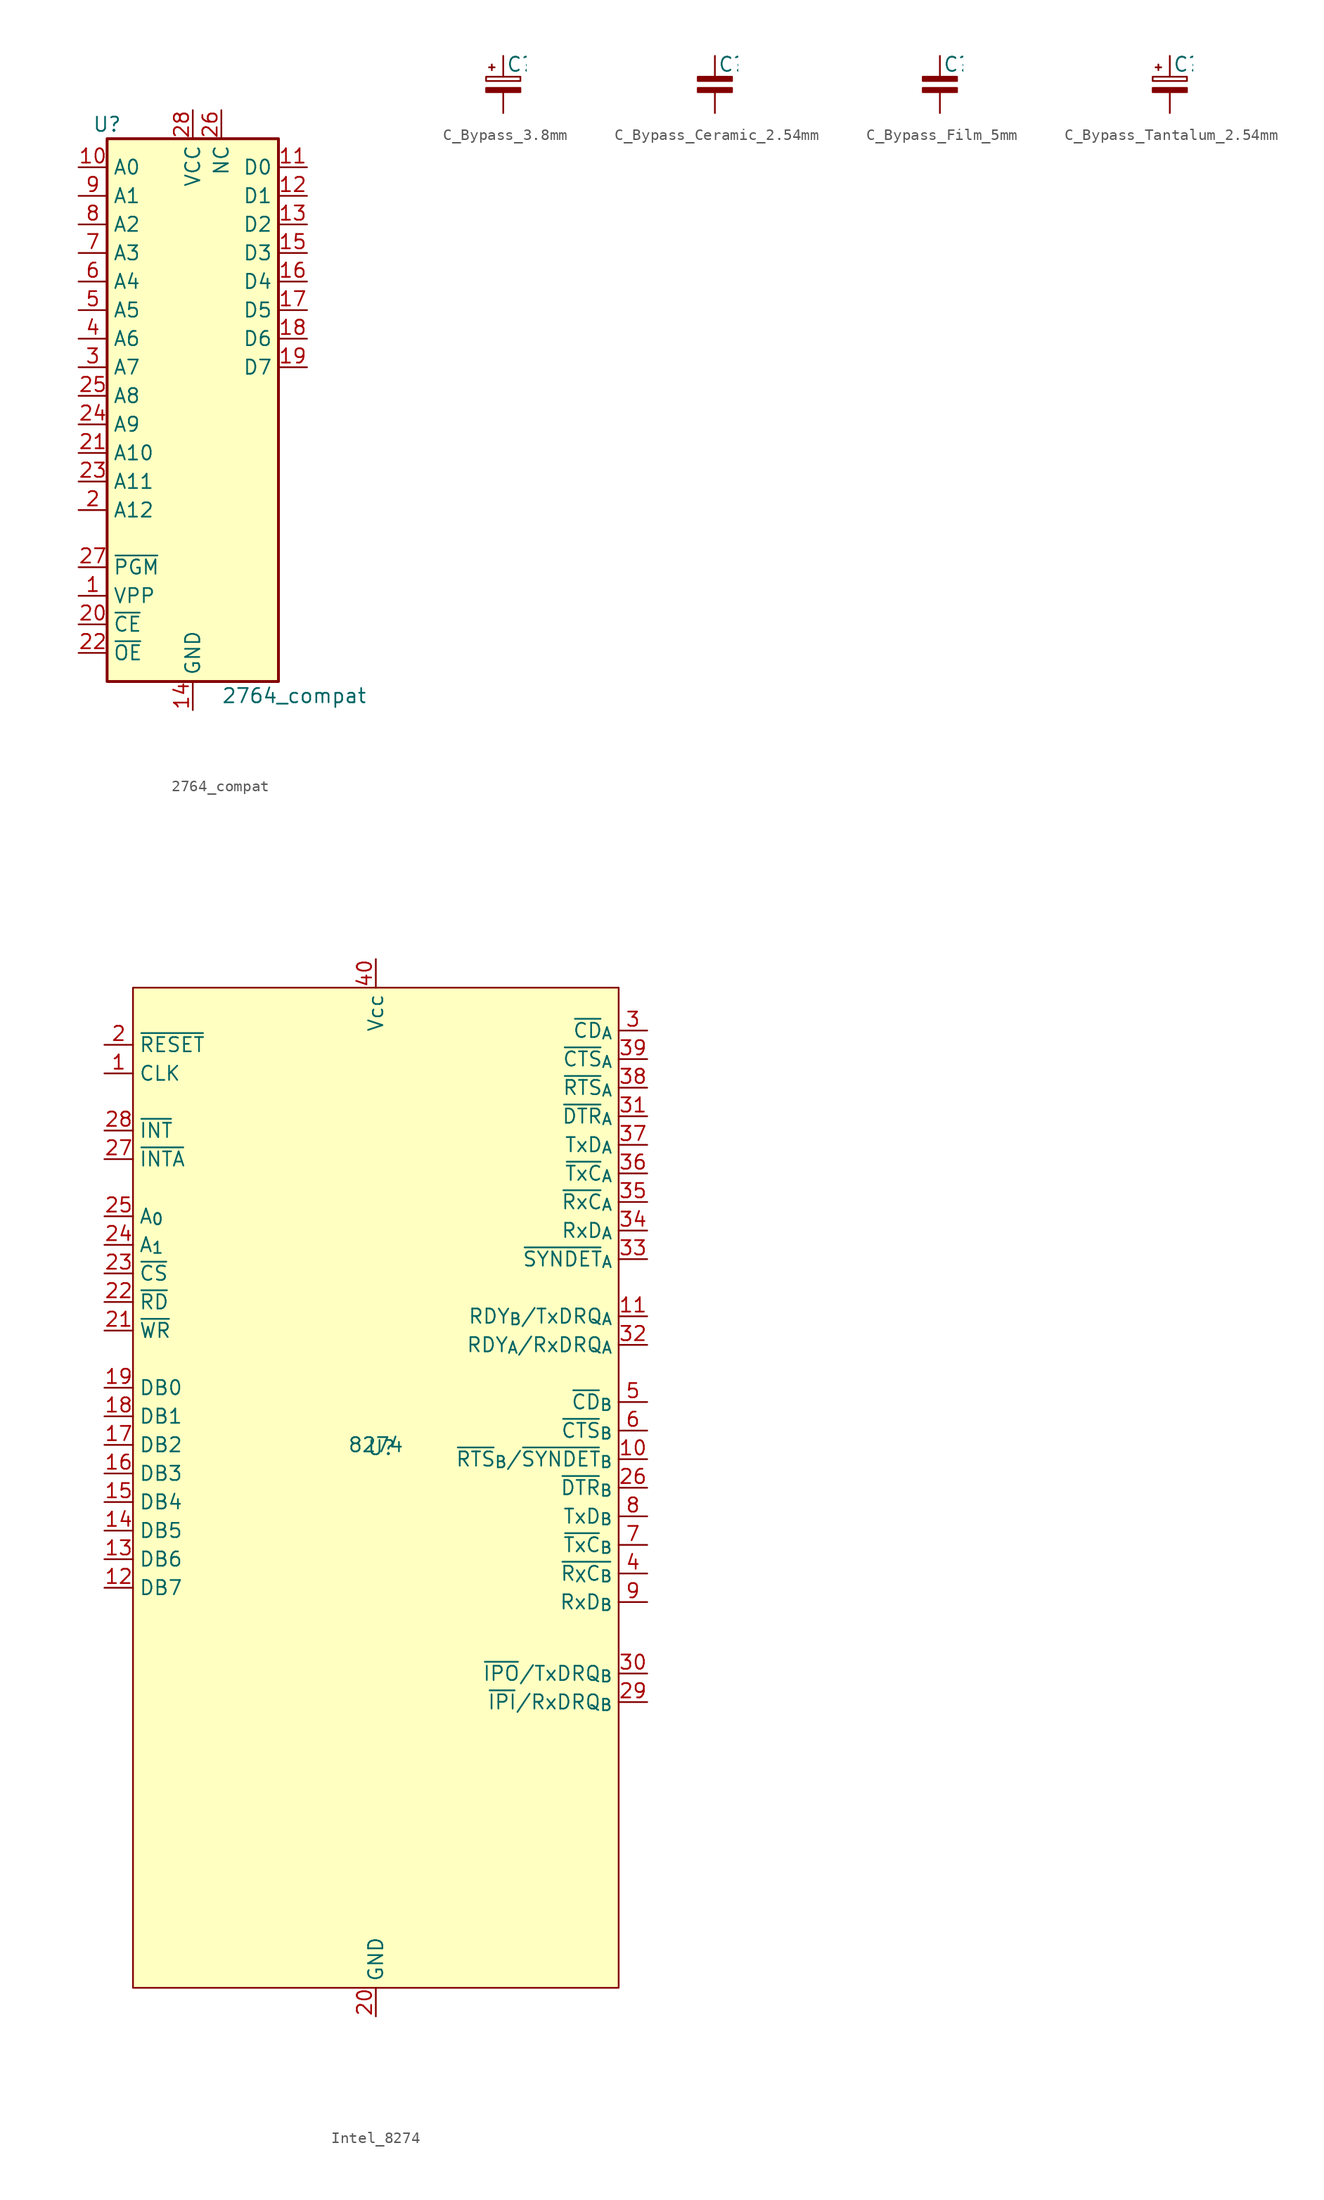
<source format=kicad_sym>
(kicad_symbol_lib
  (version 20241209)
  (generator "kicad_symbol_editor")
  (generator_version "9.0")
  (symbol "2764_compat"
    (property "Reference" "U"
      (at -7.62 24.13 0)
      (effects (font (size 1.27 1.27))))
    (property "Value" "2764_compat"
      (at 2.54 -26.67 0)
      (effects (font (size 1.27 1.27)) (justify left)))
    (symbol "2764_compat_1_1"
      (rectangle (start -7.62 22.86) (end 7.62 -25.4) (stroke (width 0.254) (type solid)) (fill (type background)))
      (pin input line (at -10.16 20.32 0) (length 2.54) (name "A0" (effects (font (size 1.27 1.27)))) (number "10" (effects (font (size 1.27 1.27)))))
      (pin input line (at -10.16 17.78 0) (length 2.54) (name "A1" (effects (font (size 1.27 1.27)))) (number "9" (effects (font (size 1.27 1.27)))))
      (pin input line (at -10.16 15.24 0) (length 2.54) (name "A2" (effects (font (size 1.27 1.27)))) (number "8" (effects (font (size 1.27 1.27)))))
      (pin input line (at -10.16 12.7 0) (length 2.54) (name "A3" (effects (font (size 1.27 1.27)))) (number "7" (effects (font (size 1.27 1.27)))))
      (pin input line (at -10.16 10.16 0) (length 2.54) (name "A4" (effects (font (size 1.27 1.27)))) (number "6" (effects (font (size 1.27 1.27)))))
      (pin input line (at -10.16 7.62 0) (length 2.54) (name "A5" (effects (font (size 1.27 1.27)))) (number "5" (effects (font (size 1.27 1.27)))))
      (pin input line (at -10.16 5.08 0) (length 2.54) (name "A6" (effects (font (size 1.27 1.27)))) (number "4" (effects (font (size 1.27 1.27)))))
      (pin input line (at -10.16 2.54 0) (length 2.54) (name "A7" (effects (font (size 1.27 1.27)))) (number "3" (effects (font (size 1.27 1.27)))))
      (pin input line (at -10.16 0 0) (length 2.54) (name "A8" (effects (font (size 1.27 1.27)))) (number "25" (effects (font (size 1.27 1.27)))))
      (pin input line (at -10.16 -2.54 0) (length 2.54) (name "A9" (effects (font (size 1.27 1.27)))) (number "24" (effects (font (size 1.27 1.27)))))
      (pin input line (at -10.16 -5.08 0) (length 2.54) (name "A10" (effects (font (size 1.27 1.27)))) (number "21" (effects (font (size 1.27 1.27)))))
      (pin input line (at -10.16 -7.62 0) (length 2.54) (name "A11" (effects (font (size 1.27 1.27)))) (number "23" (effects (font (size 1.27 1.27)))))
      (pin input line (at -10.16 -10.16 0) (length 2.54) (name "A12" (effects (font (size 1.27 1.27)))) (number "2" (effects (font (size 1.27 1.27)))))
      (pin input line (at -10.16 -15.24 0) (length 2.54) (name "~{PGM}" (effects (font (size 1.27 1.27)))) (number "27" (effects (font (size 1.27 1.27)))))
      (pin input line (at -10.16 -17.78 0) (length 2.54) (name "VPP" (effects (font (size 1.27 1.27)))) (number "1" (effects (font (size 1.27 1.27)))))
      (pin input line (at -10.16 -20.32 0) (length 2.54) (name "~{CE}" (effects (font (size 1.27 1.27)))) (number "20" (effects (font (size 1.27 1.27)))))
      (pin input line (at -10.16 -22.86 0) (length 2.54) (name "~{OE}" (effects (font (size 1.27 1.27)))) (number "22" (effects (font (size 1.27 1.27)))))
      (pin power_in line (at 0 25.4 270) (length 2.54) (name "VCC" (effects (font (size 1.27 1.27)))) (number "28" (effects (font (size 1.27 1.27)))))
      (pin power_in line (at 0 -27.94 90) (length 2.54) (name "GND" (effects (font (size 1.27 1.27)))) (number "14" (effects (font (size 1.27 1.27)))))
      (pin power_in line (at 2.54 25.4 270) (length 2.54) (name "NC" (effects (font (size 1.27 1.27)))) (number "26" (effects (font (size 1.27 1.27)))))
      (pin tri_state line (at 10.16 20.32 180) (length 2.54) (name "D0" (effects (font (size 1.27 1.27)))) (number "11" (effects (font (size 1.27 1.27)))))
      (pin tri_state line (at 10.16 17.78 180) (length 2.54) (name "D1" (effects (font (size 1.27 1.27)))) (number "12" (effects (font (size 1.27 1.27)))))
      (pin tri_state line (at 10.16 15.24 180) (length 2.54) (name "D2" (effects (font (size 1.27 1.27)))) (number "13" (effects (font (size 1.27 1.27)))))
      (pin tri_state line (at 10.16 12.7 180) (length 2.54) (name "D3" (effects (font (size 1.27 1.27)))) (number "15" (effects (font (size 1.27 1.27)))))
      (pin tri_state line (at 10.16 10.16 180) (length 2.54) (name "D4" (effects (font (size 1.27 1.27)))) (number "16" (effects (font (size 1.27 1.27)))))
      (pin tri_state line (at 10.16 7.62 180) (length 2.54) (name "D5" (effects (font (size 1.27 1.27)))) (number "17" (effects (font (size 1.27 1.27)))))
      (pin tri_state line (at 10.16 5.08 180) (length 2.54) (name "D6" (effects (font (size 1.27 1.27)))) (number "18" (effects (font (size 1.27 1.27)))))
      (pin tri_state line (at 10.16 2.54 180) (length 2.54) (name "D7" (effects (font (size 1.27 1.27)))) (number "19" (effects (font (size 1.27 1.27)))))))
  (symbol "C_Bypass_3.8mm"
    (pin_numbers
      (hide yes))
    (pin_names
      (offset 0.254)
      (hide yes))
    (property "Reference" "C"
      (at 0.254 1.778 0)
      (effects (font (size 1.27 1.27)) (justify left)))
    (symbol "C_Bypass_3.8mm_0_1"
      (rectangle (start -1.524 0.686) (end 1.524 0.305) (stroke (width 0) (type default)) (fill (type none)))
      (rectangle (start -1.524 -0.305) (end 1.524 -0.686) (stroke (width 0) (type default)) (fill (type outline)))
      (polyline (pts (xy -1.27 1.524) (xy -0.762 1.524)) (stroke (width 0) (type default)) (fill (type none)))
      (polyline (pts (xy -1.016 1.27) (xy -1.016 1.778)) (stroke (width 0) (type default)) (fill (type none))))
    (symbol "C_Bypass_3.8mm_1_1"
      (pin passive line (at 0 2.54 270) (length 1.854) (name "~" (effects (font (size 1.27 1.27)))) (number "1" (effects (font (size 1.27 1.27)))))
      (pin passive line (at 0 -2.54 90) (length 1.854) (name "~" (effects (font (size 1.27 1.27)))) (number "2" (effects (font (size 1.27 1.27)))))))
  (symbol "C_Bypass_Ceramic_2.54mm"
    (pin_numbers
      (hide yes))
    (pin_names
      (offset 0.254)
      (hide yes))
    (property "Reference" "C"
      (at 0.254 1.778 0)
      (effects (font (size 1.27 1.27)) (justify left)))
    (symbol "C_Bypass_Ceramic_2.54mm_0_1"
      (rectangle (start -1.524 0.686) (end 1.524 0.305) (stroke (width 0) (type default)) (fill (type outline)))
      (rectangle (start -1.524 -0.305) (end 1.524 -0.686) (stroke (width 0) (type default)) (fill (type outline))))
    (symbol "C_Bypass_Ceramic_2.54mm_1_1"
      (pin passive line (at 0 2.54 270) (length 1.854) (name "~" (effects (font (size 1.27 1.27)))) (number "1" (effects (font (size 1.27 1.27)))))
      (pin passive line (at 0 -2.54 90) (length 1.854) (name "~" (effects (font (size 1.27 1.27)))) (number "2" (effects (font (size 1.27 1.27)))))))
  (symbol "C_Bypass_Film_5mm"
    (pin_numbers
      (hide yes))
    (pin_names
      (offset 0.254)
      (hide yes))
    (property "Reference" "C"
      (at 0.254 1.778 0)
      (effects (font (size 1.27 1.27)) (justify left)))
    (symbol "C_Bypass_Film_5mm_0_1"
      (rectangle (start -1.524 0.686) (end 1.524 0.305) (stroke (width 0) (type default)) (fill (type outline)))
      (rectangle (start -1.524 -0.305) (end 1.524 -0.686) (stroke (width 0) (type default)) (fill (type outline))))
    (symbol "C_Bypass_Film_5mm_1_1"
      (pin passive line (at 0 2.54 270) (length 1.854) (name "~" (effects (font (size 1.27 1.27)))) (number "1" (effects (font (size 1.27 1.27)))))
      (pin passive line (at 0 -2.54 90) (length 1.854) (name "~" (effects (font (size 1.27 1.27)))) (number "2" (effects (font (size 1.27 1.27)))))))
  (symbol "C_Bypass_Tantalum_2.54mm"
    (pin_numbers
      (hide yes))
    (pin_names
      (offset 0.254)
      (hide yes))
    (property "Reference" "C"
      (at 0.254 1.778 0)
      (effects (font (size 1.27 1.27)) (justify left)))
    (symbol "C_Bypass_Tantalum_2.54mm_0_1"
      (rectangle (start -1.524 0.686) (end 1.524 0.305) (stroke (width 0) (type default)) (fill (type none)))
      (rectangle (start -1.524 -0.305) (end 1.524 -0.686) (stroke (width 0) (type default)) (fill (type outline)))
      (polyline (pts (xy -1.27 1.524) (xy -0.762 1.524)) (stroke (width 0) (type default)) (fill (type none)))
      (polyline (pts (xy -1.016 1.27) (xy -1.016 1.778)) (stroke (width 0) (type default)) (fill (type none))))
    (symbol "C_Bypass_Tantalum_2.54mm_1_1"
      (pin passive line (at 0 2.54 270) (length 1.854) (name "~" (effects (font (size 1.27 1.27)))) (number "1" (effects (font (size 1.27 1.27)))))
      (pin passive line (at 0 -2.54 90) (length 1.854) (name "~" (effects (font (size 1.27 1.27)))) (number "2" (effects (font (size 1.27 1.27)))))))
  (symbol "Intel_8274"
    (property "Reference" "U"
      (at 0.508 -0.254 0)
      (effects (font (size 1.27 1.27))))
    (property "Value" "8274"
      (at 0 0 0)
      (effects (font (size 1.27 1.27))))
    (symbol "Intel_8274_0_0"
      (pin input line (at -24.13 35.56 0) (length 2.54) (name "~{RESET}" (effects (font (size 1.27 1.27)))) (number "2" (effects (font (size 1.27 1.27)))))
      (pin input line (at -24.13 33.02 0) (length 2.54) (name "CLK" (effects (font (size 1.27 1.27)))) (number "1" (effects (font (size 1.27 1.27)))))
      (pin output line (at -24.13 27.94 0) (length 2.54) (name "~{INT}" (effects (font (size 1.27 1.27)))) (number "28" (effects (font (size 1.27 1.27)))))
      (pin input line (at -24.13 25.4 0) (length 2.54) (name "~{INTA}" (effects (font (size 1.27 1.27)))) (number "27" (effects (font (size 1.27 1.27)))))
      (pin input line (at -24.13 20.32 0) (length 2.54) (name "A_{0}" (effects (font (size 1.27 1.27)))) (number "25" (effects (font (size 1.27 1.27)))))
      (pin input line (at -24.13 17.78 0) (length 2.54) (name "A_{1}" (effects (font (size 1.27 1.27)))) (number "24" (effects (font (size 1.27 1.27)))))
      (pin input line (at -24.13 15.24 0) (length 2.54) (name "~{CS}" (effects (font (size 1.27 1.27)))) (number "23" (effects (font (size 1.27 1.27)))))
      (pin input line (at -24.13 12.7 0) (length 2.54) (name "~{RD}" (effects (font (size 1.27 1.27)))) (number "22" (effects (font (size 1.27 1.27)))))
      (pin input line (at -24.13 10.16 0) (length 2.54) (name "~{WR}" (effects (font (size 1.27 1.27)))) (number "21" (effects (font (size 1.27 1.27)))))
      (pin bidirectional line (at -24.13 5.08 0) (length 2.54) (name "DB0" (effects (font (size 1.27 1.27)))) (number "19" (effects (font (size 1.27 1.27)))))
      (pin bidirectional line (at -24.13 2.54 0) (length 2.54) (name "DB1" (effects (font (size 1.27 1.27)))) (number "18" (effects (font (size 1.27 1.27)))))
      (pin bidirectional line (at -24.13 0 0) (length 2.54) (name "DB2" (effects (font (size 1.27 1.27)))) (number "17" (effects (font (size 1.27 1.27)))))
      (pin bidirectional line (at -24.13 -2.54 0) (length 2.54) (name "DB3" (effects (font (size 1.27 1.27)))) (number "16" (effects (font (size 1.27 1.27)))))
      (pin bidirectional line (at -24.13 -5.08 0) (length 2.54) (name "DB4" (effects (font (size 1.27 1.27)))) (number "15" (effects (font (size 1.27 1.27)))))
      (pin bidirectional line (at -24.13 -7.62 0) (length 2.54) (name "DB5" (effects (font (size 1.27 1.27)))) (number "14" (effects (font (size 1.27 1.27)))))
      (pin bidirectional line (at -24.13 -10.16 0) (length 2.54) (name "DB6" (effects (font (size 1.27 1.27)))) (number "13" (effects (font (size 1.27 1.27)))))
      (pin bidirectional line (at -24.13 -12.7 0) (length 2.54) (name "DB7" (effects (font (size 1.27 1.27)))) (number "12" (effects (font (size 1.27 1.27)))))
      (pin power_in line (at 0 43.18 270) (length 2.54) (name "Vcc" (effects (font (size 1.27 1.27)))) (number "40" (effects (font (size 1.27 1.27)))))
      (pin power_in line (at 0 -50.8 90) (length 2.54) (name "GND" (effects (font (size 1.27 1.27)))) (number "20" (effects (font (size 1.27 1.27)))))
      (pin input line (at 24.13 36.83 180) (length 2.54) (name "~{CD}_{A}" (effects (font (size 1.27 1.27)))) (number "3" (effects (font (size 1.27 1.27)))))
      (pin input line (at 24.13 34.29 180) (length 2.54) (name "~{CTS}_{A}" (effects (font (size 1.27 1.27)))) (number "39" (effects (font (size 1.27 1.27)))))
      (pin output line (at 24.13 31.75 180) (length 2.54) (name "~{RTS}_{A}" (effects (font (size 1.27 1.27)))) (number "38" (effects (font (size 1.27 1.27)))))
      (pin output line (at 24.13 29.21 180) (length 2.54) (name "~{DTR}_{A}" (effects (font (size 1.27 1.27)))) (number "31" (effects (font (size 1.27 1.27)))))
      (pin output line (at 24.13 26.67 180) (length 2.54) (name "TxD_{A}" (effects (font (size 1.27 1.27)))) (number "37" (effects (font (size 1.27 1.27)))))
      (pin input line (at 24.13 24.13 180) (length 2.54) (name "~{TxC}_{A}" (effects (font (size 1.27 1.27)))) (number "36" (effects (font (size 1.27 1.27)))))
      (pin input line (at 24.13 21.59 180) (length 2.54) (name "~{RxC}_{A}" (effects (font (size 1.27 1.27)))) (number "35" (effects (font (size 1.27 1.27)))))
      (pin input line (at 24.13 19.05 180) (length 2.54) (name "RxD_{A}" (effects (font (size 1.27 1.27)))) (number "34" (effects (font (size 1.27 1.27)))))
      (pin bidirectional line (at 24.13 16.51 180) (length 2.54) (name "~{SYNDET}_{A}" (effects (font (size 1.27 1.27)))) (number "33" (effects (font (size 1.27 1.27)))))
      (pin output line (at 24.13 11.43 180) (length 2.54) (name "RDY_{B}/TxDRQ_{A}" (effects (font (size 1.27 1.27)))) (number "11" (effects (font (size 1.27 1.27)))))
      (pin output line (at 24.13 8.89 180) (length 2.54) (name "RDY_{A}/RxDRQ_{A}" (effects (font (size 1.27 1.27)))) (number "32" (effects (font (size 1.27 1.27)))))
      (pin input line (at 24.13 3.81 180) (length 2.54) (name "~{CD}_{B}" (effects (font (size 1.27 1.27)))) (number "5" (effects (font (size 1.27 1.27)))))
      (pin input line (at 24.13 1.27 180) (length 2.54) (name "~{CTS}_{B}" (effects (font (size 1.27 1.27)))) (number "6" (effects (font (size 1.27 1.27)))))
      (pin bidirectional line (at 24.13 -1.27 180) (length 2.54) (name "~{RTS}_{B}/~{SYNDET}_{B}" (effects (font (size 1.27 1.27)))) (number "10" (effects (font (size 1.27 1.27)))))
      (pin output line (at 24.13 -3.81 180) (length 2.54) (name "~{DTR}_{B}" (effects (font (size 1.27 1.27)))) (number "26" (effects (font (size 1.27 1.27)))))
      (pin output line (at 24.13 -6.35 180) (length 2.54) (name "TxD_{B}" (effects (font (size 1.27 1.27)))) (number "8" (effects (font (size 1.27 1.27)))))
      (pin input line (at 24.13 -8.89 180) (length 2.54) (name "~{TxC}_{B}" (effects (font (size 1.27 1.27)))) (number "7" (effects (font (size 1.27 1.27)))))
      (pin input line (at 24.13 -11.43 180) (length 2.54) (name "~{R_{X}C_{B}}" (effects (font (size 1.27 1.27)))) (number "4" (effects (font (size 1.27 1.27)))))
      (pin input line (at 24.13 -13.97 180) (length 2.54) (name "RxD_{B}" (effects (font (size 1.27 1.27)))) (number "9" (effects (font (size 1.27 1.27)))))
      (pin output line (at 24.13 -20.32 180) (length 2.54) (name "~{IPO}/TxDRQ_{B}" (effects (font (size 1.27 1.27)))) (number "30" (effects (font (size 1.27 1.27)))))
      (pin bidirectional line (at 24.13 -22.86 180) (length 2.54) (name "~{IPI}/RxDRQ_{B}" (effects (font (size 1.27 1.27)))) (number "29" (effects (font (size 1.27 1.27))))))
    (symbol "Intel_8274_0_1"
      (rectangle (start -21.59 40.64) (end 21.59 -48.26) (stroke (width 0) (type default)) (fill (type background))))))
</source>
